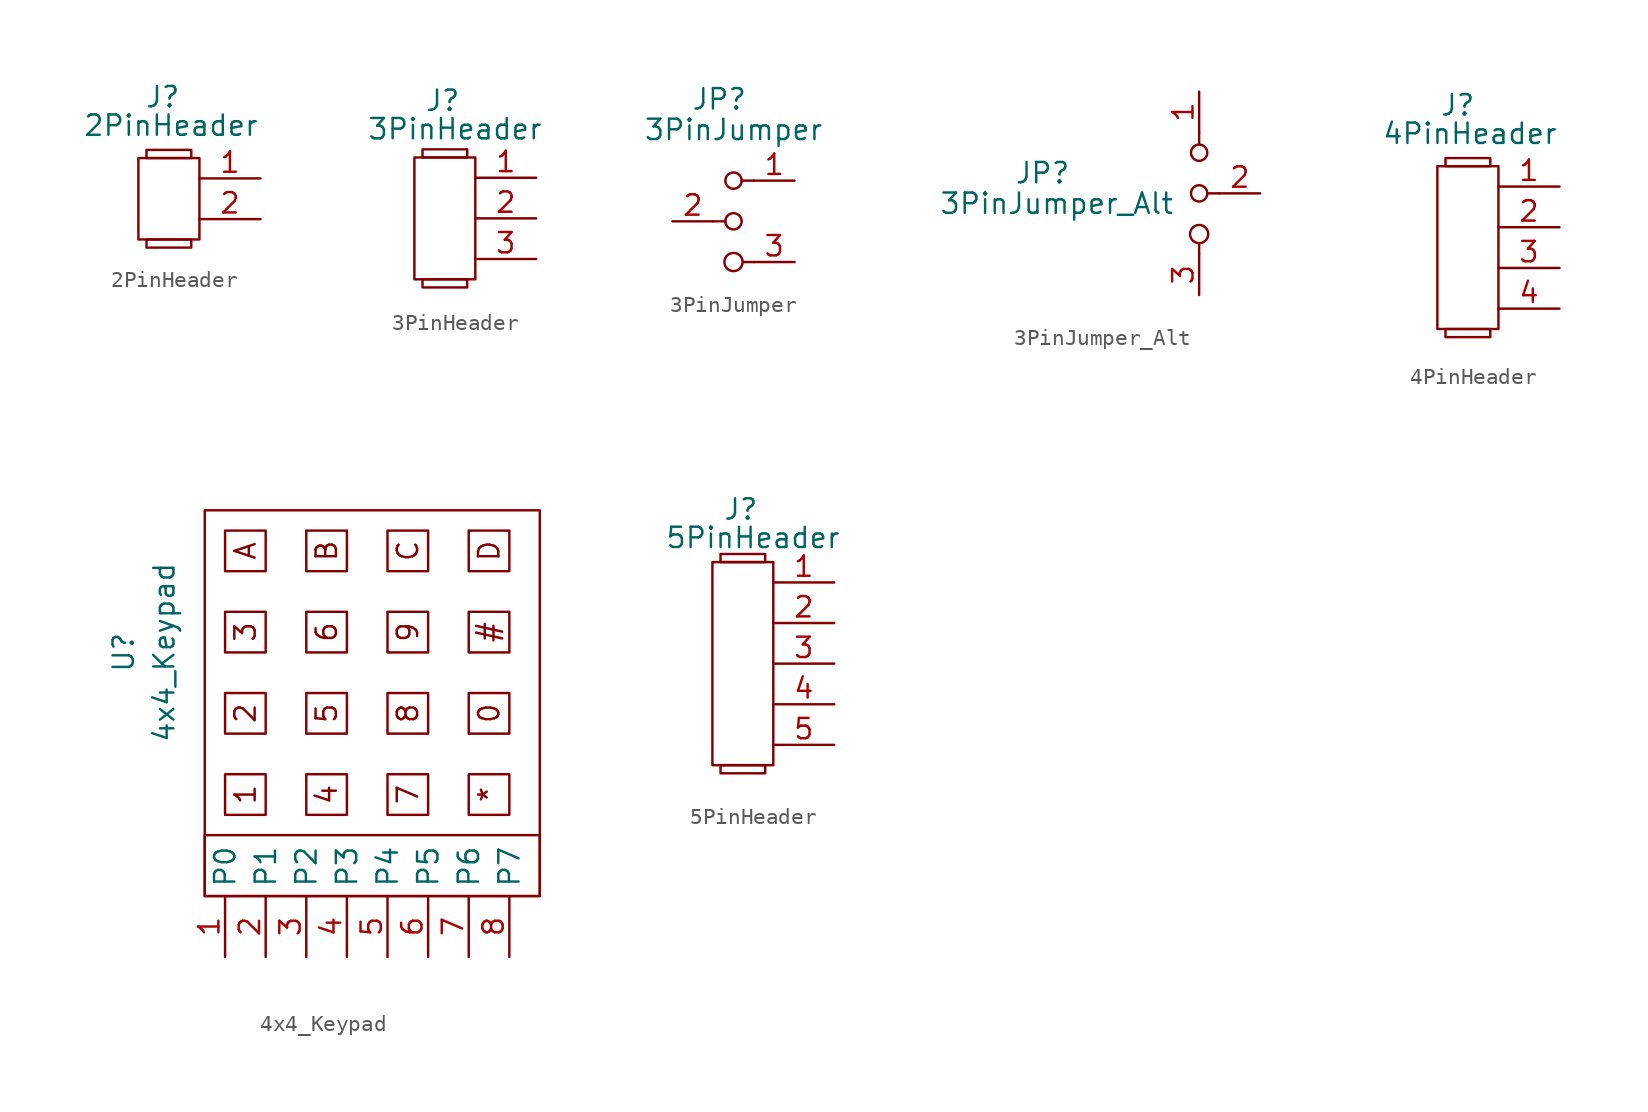
<source format=kicad_sym>
(kicad_symbol_lib
  (version 20211014)
  (generator kicad_symbol_editor)
  (symbol "2PinHeader"
    (property "Reference" "J"
      (at -2.286 -1.27 0)
      (effects (font (size 1.27 1.27))))
    (property "Value" "2PinHeader"
      (at -1.778 -3.048 0)
      (effects (font (size 1.27 1.27))))
    (symbol "2PinHeader_0_1"
      (rectangle (start -3.81 -5.08) (end 0 -10.16) (stroke (width 0) (type default) (color 0 0 0 0)) (fill (type none)))
      (rectangle (start -3.302 -10.16) (end -0.508 -10.668) (stroke (width 0) (type default) (color 0 0 0 0)) (fill (type none)))
      (rectangle (start -3.302 -4.572) (end -0.508 -5.08) (stroke (width 0) (type default) (color 0 0 0 0)) (fill (type none))))
    (symbol "2PinHeader_1_1"
      (pin bidirectional line (at 3.81 -6.35 180) (length 3.81) (name "~" (effects (font (size 1.27 1.27)))) (number "1" (effects (font (size 1.27 1.27)))))
      (pin bidirectional line (at 3.81 -8.89 180) (length 3.81) (name "~" (effects (font (size 1.27 1.27)))) (number "2" (effects (font (size 1.27 1.27)))))))
  (symbol "3PinHeader"
    (property "Reference" "J"
      (at -2.032 -1.524 0)
      (effects (font (size 1.27 1.27))))
    (property "Value" "3PinHeader"
      (at -1.27 -3.302 0)
      (effects (font (size 1.27 1.27))))
    (symbol "3PinHeader_0_1"
      (rectangle (start -3.81 -5.08) (end 0 -12.7) (stroke (width 0) (type default) (color 0 0 0 0)) (fill (type none)))
      (rectangle (start -3.302 -12.7) (end -0.508 -13.208) (stroke (width 0) (type default) (color 0 0 0 0)) (fill (type none)))
      (rectangle (start -3.302 -4.572) (end -0.508 -5.08) (stroke (width 0) (type default) (color 0 0 0 0)) (fill (type none))))
    (symbol "3PinHeader_1_1"
      (pin bidirectional line (at 3.81 -6.35 180) (length 3.81) (name "~" (effects (font (size 1.27 1.27)))) (number "1" (effects (font (size 1.27 1.27)))))
      (pin bidirectional line (at 3.81 -8.89 180) (length 3.81) (name "~" (effects (font (size 1.27 1.27)))) (number "2" (effects (font (size 1.27 1.27)))))
      (pin bidirectional line (at 3.81 -11.43 180) (length 3.81) (name "~" (effects (font (size 1.27 1.27)))) (number "3" (effects (font (size 1.27 1.27)))))))
  (symbol "3PinJumper"
    (property "Reference" "JP"
      (at -0.889 1.27 0)
      (effects (font (size 1.27 1.27))))
    (property "Value" "3PinJumper"
      (at 0 -0.635 0)
      (effects (font (size 1.27 1.27))))
    (symbol "3PinJumper_0_1"
      (circle (center 0 -8.89) (radius 0.568) (stroke (width 0) (type default) (color 0 0 0 0)) (fill (type none)))
      (circle (center 0 -6.35) (radius 0.508) (stroke (width 0) (type default) (color 0 0 0 0)) (fill (type none)))
      (circle (center 0 -3.81) (radius 0.508) (stroke (width 0) (type default) (color 0 0 0 0)) (fill (type none)))
      (polyline (pts (xy -1.27 -6.35) (xy -0.508 -6.35)) (stroke (width 0) (type default) (color 0 0 0 0)) (fill (type none)))
      (polyline (pts (xy 1.27 -8.89) (xy 0.635 -8.89)) (stroke (width 0) (type default) (color 0 0 0 0)) (fill (type none)))
      (polyline (pts (xy 1.27 -3.81) (xy 0.508 -3.81)) (stroke (width 0) (type default) (color 0 0 0 0)) (fill (type none))))
    (symbol "3PinJumper_1_1"
      (pin bidirectional line (at 3.81 -3.81 180) (length 2.54) (name "" (effects (font (size 1.27 1.27)))) (number "1" (effects (font (size 1.27 1.27)))))
      (pin bidirectional line (at -3.81 -6.35 0) (length 2.54) (name "" (effects (font (size 1.27 1.27)))) (number "2" (effects (font (size 1.27 1.27)))))
      (pin bidirectional line (at 3.81 -8.89 180) (length 2.54) (name "" (effects (font (size 1.27 1.27)))) (number "3" (effects (font (size 1.27 1.27)))))))
  (symbol "3PinJumper_Alt"
    (property "Reference" "JP"
      (at -9.779 -5.08 0)
      (effects (font (size 1.27 1.27))))
    (property "Value" "3PinJumper_Alt"
      (at -8.89 -6.985 0)
      (effects (font (size 1.27 1.27))))
    (symbol "3PinJumper_Alt_0_1"
      (circle (center 0 -8.89) (radius 0.568) (stroke (width 0) (type default) (color 0 0 0 0)) (fill (type none)))
      (circle (center 0 -6.35) (radius 0.508) (stroke (width 0) (type default) (color 0 0 0 0)) (fill (type none)))
      (circle (center 0 -3.81) (radius 0.508) (stroke (width 0) (type default) (color 0 0 0 0)) (fill (type none)))
      (polyline (pts (xy 0 -10.16) (xy 0 -9.525)) (stroke (width 0) (type default) (color 0 0 0 0)) (fill (type none)))
      (polyline (pts (xy 0 -2.54) (xy 0 -3.302)) (stroke (width 0) (type default) (color 0 0 0 0)) (fill (type none)))
      (polyline (pts (xy 1.27 -6.35) (xy 0.508 -6.35)) (stroke (width 0) (type default) (color 0 0 0 0)) (fill (type none))))
    (symbol "3PinJumper_Alt_1_1"
      (pin bidirectional line (at 0 0 270) (length 2.54) (name "" (effects (font (size 1.27 1.27)))) (number "1" (effects (font (size 1.27 1.27)))))
      (pin bidirectional line (at 3.81 -6.35 180) (length 2.54) (name "" (effects (font (size 1.27 1.27)))) (number "2" (effects (font (size 1.27 1.27)))))
      (pin bidirectional line (at 0 -12.7 90) (length 2.54) (name "" (effects (font (size 1.27 1.27)))) (number "3" (effects (font (size 1.27 1.27)))))))
  (symbol "4PinHeader"
    (property "Reference" "J"
      (at 0 0 0)
      (effects (font (size 1.27 1.27))))
    (property "Value" "4PinHeader"
      (at 0.762 -1.778 0)
      (effects (font (size 1.27 1.27))))
    (symbol "4PinHeader_0_1"
      (rectangle (start -1.27 -3.81) (end 2.54 -13.97) (stroke (width 0) (type default) (color 0 0 0 0)) (fill (type none)))
      (rectangle (start -0.762 -13.97) (end 2.032 -14.478) (stroke (width 0) (type default) (color 0 0 0 0)) (fill (type none)))
      (rectangle (start -0.762 -3.302) (end 2.032 -3.81) (stroke (width 0) (type default) (color 0 0 0 0)) (fill (type none))))
    (symbol "4PinHeader_1_1"
      (pin bidirectional line (at 6.35 -5.08 180) (length 3.81) (name "~" (effects (font (size 1.27 1.27)))) (number "1" (effects (font (size 1.27 1.27)))))
      (pin bidirectional line (at 6.35 -7.62 180) (length 3.81) (name "~" (effects (font (size 1.27 1.27)))) (number "2" (effects (font (size 1.27 1.27)))))
      (pin bidirectional line (at 6.35 -10.16 180) (length 3.81) (name "~" (effects (font (size 1.27 1.27)))) (number "3" (effects (font (size 1.27 1.27)))))
      (pin bidirectional line (at 6.35 -12.7 180) (length 3.81) (name "~" (effects (font (size 1.27 1.27)))) (number "4" (effects (font (size 1.27 1.27)))))))
  (symbol "4x4_Keypad"
    (property "Reference" "U"
      (at -17.145 -13.335 90)
      (effects (font (size 1.27 1.27))))
    (property "Value" "4x4_Keypad"
      (at -14.605 -13.335 90)
      (effects (font (size 1.27 1.27))))
    (symbol "4x4_Keypad_0_0"
      (text "#" (at 5.715 -12.065 900) (effects (font (size 1.27 1.27))))
      (text "*" (at 5.715 -22.225 900) (effects (font (size 1.27 1.27))))
      (text "0" (at 5.715 -17.145 900) (effects (font (size 1.27 1.27))))
      (text "1" (at -9.525 -22.225 900) (effects (font (size 1.27 1.27))))
      (text "2" (at -9.525 -17.145 900) (effects (font (size 1.27 1.27))))
      (text "3" (at -9.525 -12.065 900) (effects (font (size 1.27 1.27))))
      (text "4" (at -4.445 -22.225 900) (effects (font (size 1.27 1.27))))
      (text "5" (at -4.445 -17.145 900) (effects (font (size 1.27 1.27))))
      (text "6" (at -4.445 -12.065 900) (effects (font (size 1.27 1.27))))
      (text "7" (at 0.635 -22.225 900) (effects (font (size 1.27 1.27))))
      (text "8" (at 0.635 -17.145 900) (effects (font (size 1.27 1.27))))
      (text "9" (at 0.635 -12.065 900) (effects (font (size 1.27 1.27))))
      (text "A" (at -9.525 -6.985 900) (effects (font (size 1.27 1.27))))
      (text "B" (at -4.445 -6.985 900) (effects (font (size 1.27 1.27))))
      (text "C" (at 0.635 -6.985 900) (effects (font (size 1.27 1.27))))
      (text "D" (at 5.715 -6.985 900) (effects (font (size 1.27 1.27)))))
    (symbol "4x4_Keypad_0_1"
      (rectangle (start -12.065 -28.575) (end 8.89 -24.765) (stroke (width 0) (type default) (color 0 0 0 0)) (fill (type none)))
      (rectangle (start -12.065 -4.445) (end 8.89 -28.575) (stroke (width 0) (type default) (color 0 0 0 0)) (fill (type none)))
      (rectangle (start -10.795 -20.955) (end -8.255 -23.495) (stroke (width 0) (type default) (color 0 0 0 0)) (fill (type none)))
      (rectangle (start -10.795 -15.875) (end -8.255 -18.415) (stroke (width 0) (type default) (color 0 0 0 0)) (fill (type none)))
      (rectangle (start -10.795 -10.795) (end -8.255 -13.335) (stroke (width 0) (type default) (color 0 0 0 0)) (fill (type none)))
      (rectangle (start -10.795 -5.715) (end -8.255 -8.255) (stroke (width 0) (type default) (color 0 0 0 0)) (fill (type none)))
      (rectangle (start -5.715 -20.955) (end -3.175 -23.495) (stroke (width 0) (type default) (color 0 0 0 0)) (fill (type none)))
      (rectangle (start -5.715 -15.875) (end -3.175 -18.415) (stroke (width 0) (type default) (color 0 0 0 0)) (fill (type none)))
      (rectangle (start -5.715 -10.795) (end -3.175 -13.335) (stroke (width 0) (type default) (color 0 0 0 0)) (fill (type none)))
      (rectangle (start -5.715 -5.715) (end -3.175 -8.255) (stroke (width 0) (type default) (color 0 0 0 0)) (fill (type none)))
      (rectangle (start -0.635 -20.955) (end 1.905 -23.495) (stroke (width 0) (type default) (color 0 0 0 0)) (fill (type none)))
      (rectangle (start -0.635 -15.875) (end 1.905 -18.415) (stroke (width 0) (type default) (color 0 0 0 0)) (fill (type none)))
      (rectangle (start -0.635 -10.795) (end 1.905 -13.335) (stroke (width 0) (type default) (color 0 0 0 0)) (fill (type none)))
      (rectangle (start -0.635 -5.715) (end 1.905 -8.255) (stroke (width 0) (type default) (color 0 0 0 0)) (fill (type none)))
      (rectangle (start 4.445 -20.955) (end 6.985 -23.495) (stroke (width 0) (type default) (color 0 0 0 0)) (fill (type none)))
      (rectangle (start 4.445 -15.875) (end 6.985 -18.415) (stroke (width 0) (type default) (color 0 0 0 0)) (fill (type none)))
      (rectangle (start 4.445 -10.795) (end 6.985 -13.335) (stroke (width 0) (type default) (color 0 0 0 0)) (fill (type none)))
      (rectangle (start 4.445 -5.715) (end 6.985 -8.255) (stroke (width 0) (type default) (color 0 0 0 0)) (fill (type none))))
    (symbol "4x4_Keypad_1_1"
      (pin bidirectional line (at -10.795 -32.385 90) (length 3.81) (name "P0" (effects (font (size 1.27 1.27)))) (number "1" (effects (font (size 1.27 1.27)))))
      (pin bidirectional line (at -8.255 -32.385 90) (length 3.81) (name "P1" (effects (font (size 1.27 1.27)))) (number "2" (effects (font (size 1.27 1.27)))))
      (pin bidirectional line (at -5.715 -32.385 90) (length 3.81) (name "P2" (effects (font (size 1.27 1.27)))) (number "3" (effects (font (size 1.27 1.27)))))
      (pin bidirectional line (at -3.175 -32.385 90) (length 3.81) (name "P3" (effects (font (size 1.27 1.27)))) (number "4" (effects (font (size 1.27 1.27)))))
      (pin bidirectional line (at -0.635 -32.385 90) (length 3.81) (name "P4" (effects (font (size 1.27 1.27)))) (number "5" (effects (font (size 1.27 1.27)))))
      (pin bidirectional line (at 1.905 -32.385 90) (length 3.81) (name "P5" (effects (font (size 1.27 1.27)))) (number "6" (effects (font (size 1.27 1.27)))))
      (pin bidirectional line (at 4.445 -32.385 90) (length 3.81) (name "P6" (effects (font (size 1.27 1.27)))) (number "7" (effects (font (size 1.27 1.27)))))
      (pin bidirectional line (at 6.985 -32.385 90) (length 3.81) (name "P7" (effects (font (size 1.27 1.27)))) (number "8" (effects (font (size 1.27 1.27)))))))
  (symbol "5PinHeader"
    (property "Reference" "J"
      (at -0.762 0.762 0)
      (effects (font (size 1.27 1.27))))
    (property "Value" "5PinHeader"
      (at 0 -1.016 0)
      (effects (font (size 1.27 1.27))))
    (symbol "5PinHeader_0_1"
      (rectangle (start -2.54 -2.54) (end 1.27 -15.24) (stroke (width 0) (type default) (color 0 0 0 0)) (fill (type none)))
      (rectangle (start -2.032 -15.24) (end 0.762 -15.748) (stroke (width 0) (type default) (color 0 0 0 0)) (fill (type none)))
      (rectangle (start -2.032 -2.54) (end 0.762 -2.032) (stroke (width 0) (type default) (color 0 0 0 0)) (fill (type none))))
    (symbol "5PinHeader_1_1"
      (pin bidirectional line (at 5.08 -3.81 180) (length 3.81) (name "~" (effects (font (size 1.27 1.27)))) (number "1" (effects (font (size 1.27 1.27)))))
      (pin bidirectional line (at 5.08 -6.35 180) (length 3.81) (name "~" (effects (font (size 1.27 1.27)))) (number "2" (effects (font (size 1.27 1.27)))))
      (pin bidirectional line (at 5.08 -8.89 180) (length 3.81) (name "~" (effects (font (size 1.27 1.27)))) (number "3" (effects (font (size 1.27 1.27)))))
      (pin bidirectional line (at 5.08 -11.43 180) (length 3.81) (name "~" (effects (font (size 1.27 1.27)))) (number "4" (effects (font (size 1.27 1.27)))))
      (pin bidirectional line (at 5.08 -13.97 180) (length 3.81) (name "~" (effects (font (size 1.27 1.27)))) (number "5" (effects (font (size 1.27 1.27))))))))
</source>
